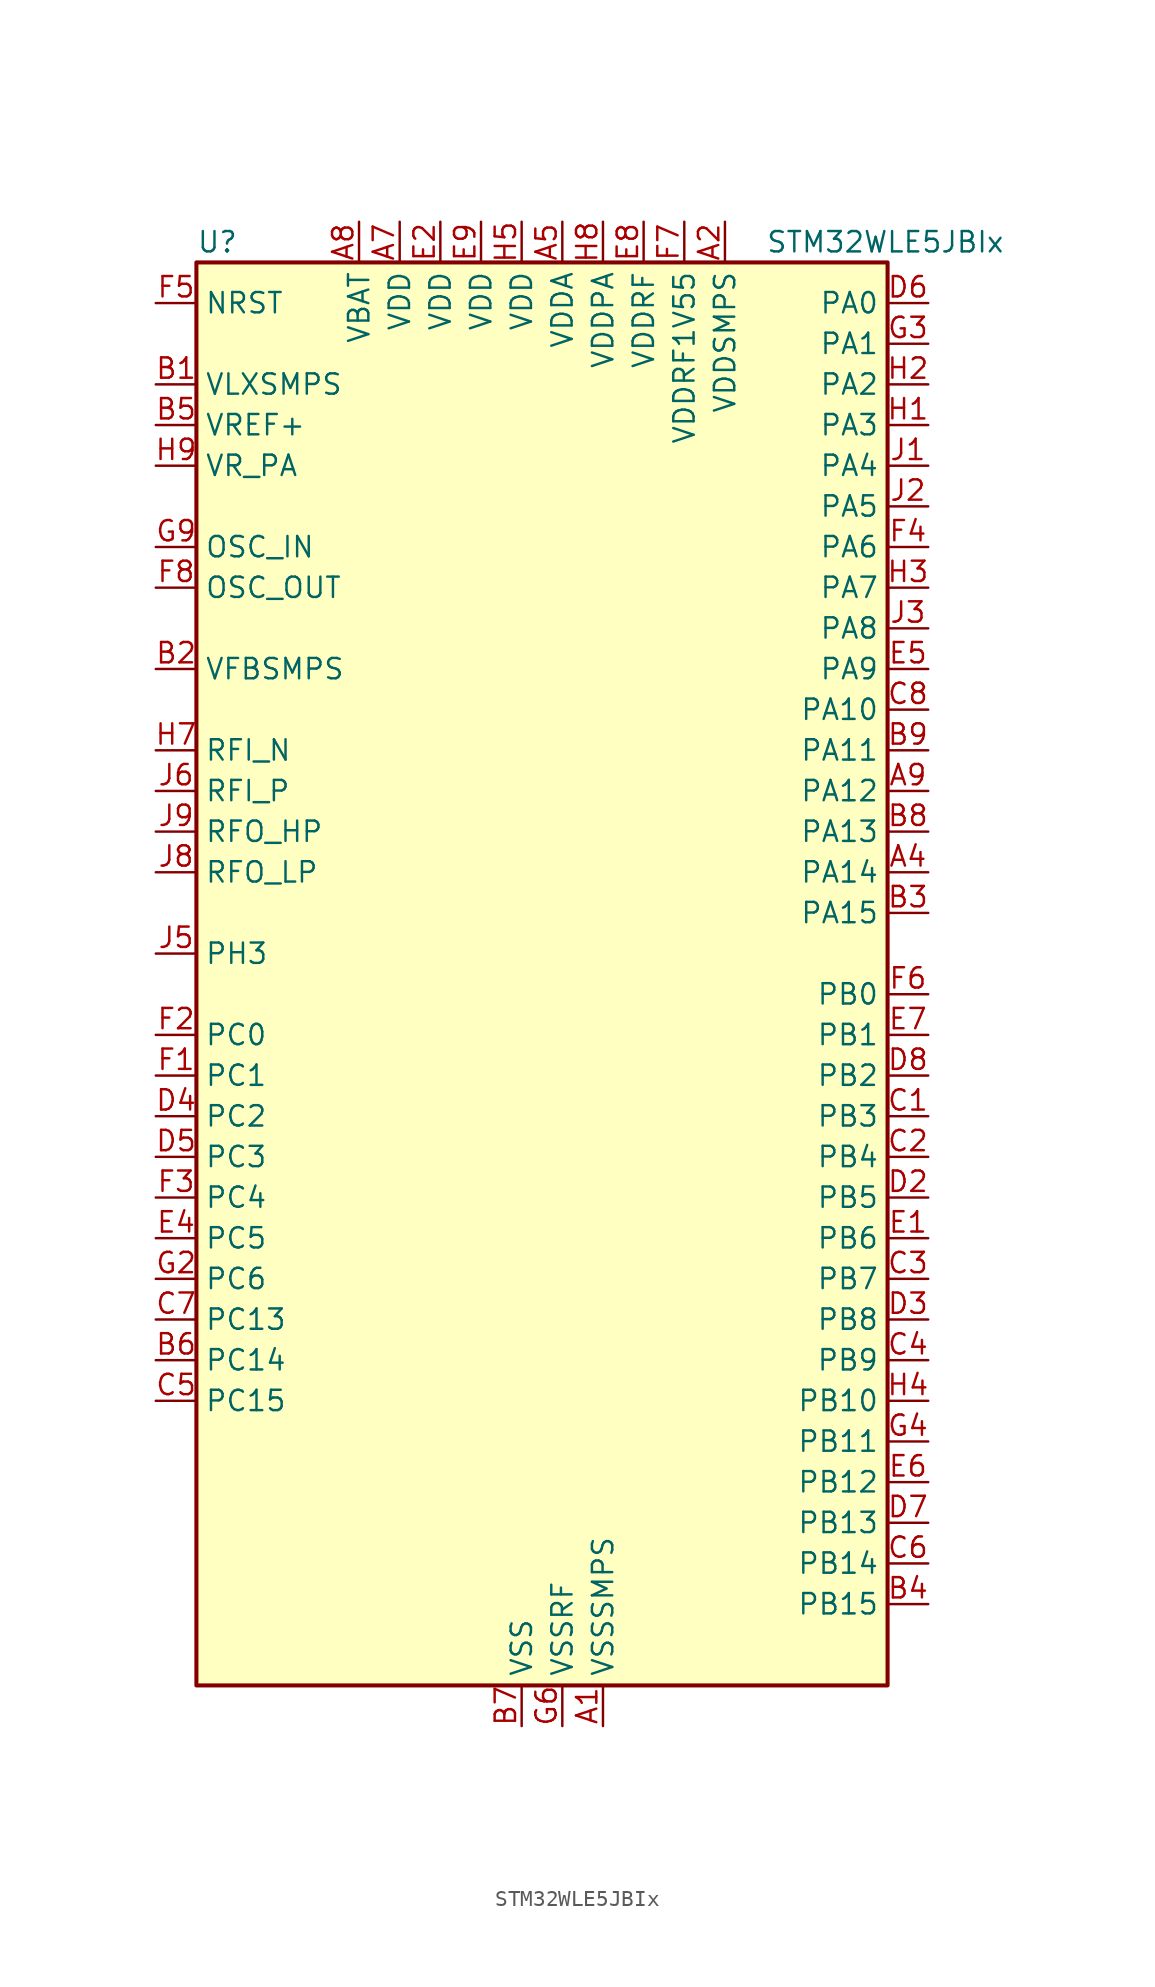
<source format=kicad_sym>
(kicad_symbol_lib
  (version 20220914)
  (generator kicad_symbol_editor)
  (symbol "STM32WLE5JBIx"
    (property "Reference" "U"
      (at -20.32 46.99 0)
      (effects (font (size 1.27 1.27)) (justify left)))
    (property "Value" "STM32WLE5JBIx"
      (at 15.24 46.99 0)
      (effects (font (size 1.27 1.27)) (justify left)))
    (property "ki_locked" ""
      (at 0 0 0)
      (effects (font (size 1.27 1.27))))
    (symbol "STM32WLE5JBIx_0_1"
      (rectangle (start -20.32 -43.18) (end 22.86 45.72) (stroke (width 0.254) (type default)) (fill (type background))))
    (symbol "STM32WLE5JBIx_1_1"
      (pin power_in line (at 5.08 -45.72 90) (length 2.54) (name "VSSSMPS" (effects (font (size 1.27 1.27)))) (number "A1" (effects (font (size 1.27 1.27)))))
      (pin power_in line (at 12.7 48.26 270) (length 2.54) (name "VDDSMPS" (effects (font (size 1.27 1.27)))) (number "A2" (effects (font (size 1.27 1.27)))))
      (pin bidirectional line (at 25.4 7.62 180) (length 2.54) (name "PA14" (effects (font (size 1.27 1.27)))) (number "A4" (effects (font (size 1.27 1.27)))) (alternate "ADC_IN10" bidirectional line) (alternate "DEBUG_JTCK-SWCLK" bidirectional line) (alternate "I2C1_SMBA" bidirectional line) (alternate "LPTIM1_OUT" bidirectional line))
      (pin power_in line (at 2.54 48.26 270) (length 2.54) (name "VDDA" (effects (font (size 1.27 1.27)))) (number "A5" (effects (font (size 1.27 1.27)))))
      (pin power_in line (at -7.62 48.26 270) (length 2.54) (name "VDD" (effects (font (size 1.27 1.27)))) (number "A7" (effects (font (size 1.27 1.27)))))
      (pin power_in line (at -10.16 48.26 270) (length 2.54) (name "VBAT" (effects (font (size 1.27 1.27)))) (number "A8" (effects (font (size 1.27 1.27)))))
      (pin bidirectional line (at 25.4 12.7 180) (length 2.54) (name "PA12" (effects (font (size 1.27 1.27)))) (number "A9" (effects (font (size 1.27 1.27)))) (alternate "ADC_IN8" bidirectional line) (alternate "DEBUG_RF-BUSY" bidirectional line) (alternate "I2C2_SCL" bidirectional line) (alternate "LPTIM3_IN1" bidirectional line) (alternate "SPI1_MOSI" bidirectional line) (alternate "TIM1_ETR" bidirectional line) (alternate "USART1_DE" bidirectional line) (alternate "USART1_RTS" bidirectional line))
      (pin power_in line (at -22.86 38.1 0) (length 2.54) (name "VLXSMPS" (effects (font (size 1.27 1.27)))) (number "B1" (effects (font (size 1.27 1.27)))))
      (pin input line (at -22.86 20.32 0) (length 2.54) (name "VFBSMPS" (effects (font (size 1.27 1.27)))) (number "B2" (effects (font (size 1.27 1.27)))))
      (pin bidirectional line (at 25.4 5.08 180) (length 2.54) (name "PA15" (effects (font (size 1.27 1.27)))) (number "B3" (effects (font (size 1.27 1.27)))) (alternate "ADC_IN11" bidirectional line) (alternate "COMP1_INM" bidirectional line) (alternate "COMP2_INP" bidirectional line) (alternate "DEBUG_JTDI" bidirectional line) (alternate "I2C2_SDA" bidirectional line) (alternate "SPI1_NSS" bidirectional line) (alternate "TIM2_CH1" bidirectional line) (alternate "TIM2_ETR" bidirectional line))
      (pin bidirectional line (at 25.4 -38.1 180) (length 2.54) (name "PB15" (effects (font (size 1.27 1.27)))) (number "B4" (effects (font (size 1.27 1.27)))) (alternate "I2C2_SCL" bidirectional line) (alternate "I2S2_SD" bidirectional line) (alternate "SPI2_MOSI" bidirectional line) (alternate "TIM1_CH3N" bidirectional line))
      (pin input line (at -22.86 35.56 0) (length 2.54) (name "VREF+" (effects (font (size 1.27 1.27)))) (number "B5" (effects (font (size 1.27 1.27)))) (alternate "VREFBUF_OUT" bidirectional line))
      (pin bidirectional line (at -22.86 -22.86 0) (length 2.54) (name "PC14" (effects (font (size 1.27 1.27)))) (number "B6" (effects (font (size 1.27 1.27)))) (alternate "RCC_OSC32_IN" bidirectional line))
      (pin power_in line (at 0 -45.72 90) (length 2.54) (name "VSS" (effects (font (size 1.27 1.27)))) (number "B7" (effects (font (size 1.27 1.27)))))
      (pin bidirectional line (at 25.4 10.16 180) (length 2.54) (name "PA13" (effects (font (size 1.27 1.27)))) (number "B8" (effects (font (size 1.27 1.27)))) (alternate "ADC_IN9" bidirectional line) (alternate "DEBUG_JTMS-SWDIO" bidirectional line) (alternate "I2C2_SMBA" bidirectional line) (alternate "IR_OUT" bidirectional line))
      (pin bidirectional line (at 25.4 15.24 180) (length 2.54) (name "PA11" (effects (font (size 1.27 1.27)))) (number "B9" (effects (font (size 1.27 1.27)))) (alternate "ADC_EXTI11" bidirectional line) (alternate "ADC_IN7" bidirectional line) (alternate "COMP1_INM" bidirectional line) (alternate "COMP2_INM" bidirectional line) (alternate "DEBUG_RF-NRESET" bidirectional line) (alternate "I2C2_SDA" bidirectional line) (alternate "LPTIM3_ETR" bidirectional line) (alternate "SPI1_MISO" bidirectional line) (alternate "TIM1_BKIN2" bidirectional line) (alternate "TIM1_CH4" bidirectional line) (alternate "USART1_CTS" bidirectional line) (alternate "USART1_NSS" bidirectional line))
      (pin bidirectional line (at 25.4 -7.62 180) (length 2.54) (name "PB3" (effects (font (size 1.27 1.27)))) (number "C1" (effects (font (size 1.27 1.27)))) (alternate "ADC_IN2" bidirectional line) (alternate "COMP1_INM" bidirectional line) (alternate "COMP2_INM" bidirectional line) (alternate "DEBUG_JTDO-SWO" bidirectional line) (alternate "DEBUG_RF-DTB1" bidirectional line) (alternate "PWR_WKUP3" bidirectional line) (alternate "RTC_TAMP_IN3" bidirectional line) (alternate "SPI1_SCK" bidirectional line) (alternate "TIM2_CH2" bidirectional line) (alternate "USART1_DE" bidirectional line) (alternate "USART1_RTS" bidirectional line))
      (pin bidirectional line (at 25.4 -10.16 180) (length 2.54) (name "PB4" (effects (font (size 1.27 1.27)))) (number "C2" (effects (font (size 1.27 1.27)))) (alternate "ADC_IN3" bidirectional line) (alternate "COMP1_INP" bidirectional line) (alternate "COMP2_INP" bidirectional line) (alternate "DEBUG_JTRST" bidirectional line) (alternate "DEBUG_RF-LDORDY" bidirectional line) (alternate "I2C3_SDA" bidirectional line) (alternate "SPI1_MISO" bidirectional line) (alternate "TIM17_BKIN" bidirectional line) (alternate "USART1_CTS" bidirectional line) (alternate "USART1_NSS" bidirectional line))
      (pin bidirectional line (at 25.4 -17.78 180) (length 2.54) (name "PB7" (effects (font (size 1.27 1.27)))) (number "C3" (effects (font (size 1.27 1.27)))) (alternate "I2C1_SDA" bidirectional line) (alternate "LPTIM1_IN2" bidirectional line) (alternate "PWR_PVD_IN" bidirectional line) (alternate "TIM17_CH1N" bidirectional line) (alternate "TIM1_BKIN" bidirectional line) (alternate "USART1_RX" bidirectional line))
      (pin bidirectional line (at 25.4 -22.86 180) (length 2.54) (name "PB9" (effects (font (size 1.27 1.27)))) (number "C4" (effects (font (size 1.27 1.27)))) (alternate "DAC_EXTI9" bidirectional line) (alternate "I2C1_SDA" bidirectional line) (alternate "I2S2_WS" bidirectional line) (alternate "IR_OUT" bidirectional line) (alternate "SPI2_NSS" bidirectional line) (alternate "TIM17_CH1" bidirectional line) (alternate "TIM1_CH3N" bidirectional line))
      (pin bidirectional line (at -22.86 -25.4 0) (length 2.54) (name "PC15" (effects (font (size 1.27 1.27)))) (number "C5" (effects (font (size 1.27 1.27)))) (alternate "RCC_OSC32_OUT" bidirectional line))
      (pin bidirectional line (at 25.4 -35.56 180) (length 2.54) (name "PB14" (effects (font (size 1.27 1.27)))) (number "C6" (effects (font (size 1.27 1.27)))) (alternate "ADC_IN1" bidirectional line) (alternate "I2C3_SDA" bidirectional line) (alternate "I2S2_MCK" bidirectional line) (alternate "SPI2_MISO" bidirectional line) (alternate "TIM1_CH2N" bidirectional line))
      (pin bidirectional line (at -22.86 -20.32 0) (length 2.54) (name "PC13" (effects (font (size 1.27 1.27)))) (number "C7" (effects (font (size 1.27 1.27)))) (alternate "PWR_WKUP2" bidirectional line) (alternate "RTC_OUT1" bidirectional line) (alternate "RTC_TAMP_IN1" bidirectional line) (alternate "RTC_TS" bidirectional line))
      (pin bidirectional line (at 25.4 17.78 180) (length 2.54) (name "PA10" (effects (font (size 1.27 1.27)))) (number "C8" (effects (font (size 1.27 1.27)))) (alternate "ADC_IN6" bidirectional line) (alternate "COMP1_INM" bidirectional line) (alternate "COMP2_INM" bidirectional line) (alternate "DAC_OUT1" bidirectional line) (alternate "DEBUG_RF-HSE32RDY" bidirectional line) (alternate "I2C1_SDA" bidirectional line) (alternate "I2S2_SD" bidirectional line) (alternate "RTC_REFIN" bidirectional line) (alternate "SPI2_MOSI" bidirectional line) (alternate "TIM17_BKIN" bidirectional line) (alternate "TIM1_CH3" bidirectional line) (alternate "USART1_RX" bidirectional line))
      (pin bidirectional line (at 25.4 -12.7 180) (length 2.54) (name "PB5" (effects (font (size 1.27 1.27)))) (number "D2" (effects (font (size 1.27 1.27)))) (alternate "COMP2_OUT" bidirectional line) (alternate "I2C1_SMBA" bidirectional line) (alternate "LPTIM1_IN1" bidirectional line) (alternate "SPI1_MOSI" bidirectional line) (alternate "TIM16_BKIN" bidirectional line) (alternate "USART1_CK" bidirectional line))
      (pin bidirectional line (at 25.4 -20.32 180) (length 2.54) (name "PB8" (effects (font (size 1.27 1.27)))) (number "D3" (effects (font (size 1.27 1.27)))) (alternate "I2C1_SCL" bidirectional line) (alternate "TIM16_CH1" bidirectional line) (alternate "TIM1_CH2N" bidirectional line))
      (pin bidirectional line (at -22.86 -7.62 0) (length 2.54) (name "PC2" (effects (font (size 1.27 1.27)))) (number "D4" (effects (font (size 1.27 1.27)))) (alternate "LPTIM1_IN2" bidirectional line) (alternate "SPI2_MISO" bidirectional line))
      (pin bidirectional line (at -22.86 -10.16 0) (length 2.54) (name "PC3" (effects (font (size 1.27 1.27)))) (number "D5" (effects (font (size 1.27 1.27)))) (alternate "I2S2_SD" bidirectional line) (alternate "LPTIM1_ETR" bidirectional line) (alternate "LPTIM2_ETR" bidirectional line) (alternate "SPI2_MOSI" bidirectional line))
      (pin bidirectional line (at 25.4 43.18 180) (length 2.54) (name "PA0" (effects (font (size 1.27 1.27)))) (number "D6" (effects (font (size 1.27 1.27)))) (alternate "COMP1_OUT" bidirectional line) (alternate "DEBUG_PWR-REGLP1S" bidirectional line) (alternate "I2C3_SMBA" bidirectional line) (alternate "I2S_CKIN" bidirectional line) (alternate "PWR_WKUP1" bidirectional line) (alternate "RTC_TAMP_IN2" bidirectional line) (alternate "TIM2_CH1" bidirectional line) (alternate "TIM2_ETR" bidirectional line) (alternate "USART2_CTS" bidirectional line) (alternate "USART2_NSS" bidirectional line))
      (pin bidirectional line (at 25.4 -33.02 180) (length 2.54) (name "PB13" (effects (font (size 1.27 1.27)))) (number "D7" (effects (font (size 1.27 1.27)))) (alternate "ADC_IN0" bidirectional line) (alternate "I2C3_SCL" bidirectional line) (alternate "I2S2_CK" bidirectional line) (alternate "LPUART1_CTS" bidirectional line) (alternate "SPI2_SCK" bidirectional line) (alternate "TIM1_CH1N" bidirectional line))
      (pin bidirectional line (at 25.4 -5.08 180) (length 2.54) (name "PB2" (effects (font (size 1.27 1.27)))) (number "D8" (effects (font (size 1.27 1.27)))) (alternate "ADC_IN4" bidirectional line) (alternate "COMP1_INP" bidirectional line) (alternate "COMP2_INM" bidirectional line) (alternate "DEBUG_RF-SMPSRDY" bidirectional line) (alternate "I2C3_SMBA" bidirectional line) (alternate "LPTIM1_OUT" bidirectional line) (alternate "SPI1_NSS" bidirectional line))
      (pin passive line (at 0 -45.72 90) (length 2.54) hide (name "VSS" (effects (font (size 1.27 1.27)))) (number "D9" (effects (font (size 1.27 1.27)))))
      (pin bidirectional line (at 25.4 -15.24 180) (length 2.54) (name "PB6" (effects (font (size 1.27 1.27)))) (number "E1" (effects (font (size 1.27 1.27)))) (alternate "I2C1_SCL" bidirectional line) (alternate "LPTIM1_ETR" bidirectional line) (alternate "TIM16_CH1N" bidirectional line) (alternate "USART1_TX" bidirectional line))
      (pin power_in line (at -5.08 48.26 270) (length 2.54) (name "VDD" (effects (font (size 1.27 1.27)))) (number "E2" (effects (font (size 1.27 1.27)))))
      (pin passive line (at 0 -45.72 90) (length 2.54) hide (name "VSS" (effects (font (size 1.27 1.27)))) (number "E3" (effects (font (size 1.27 1.27)))))
      (pin bidirectional line (at -22.86 -15.24 0) (length 2.54) (name "PC5" (effects (font (size 1.27 1.27)))) (number "E4" (effects (font (size 1.27 1.27)))))
      (pin bidirectional line (at 25.4 20.32 180) (length 2.54) (name "PA9" (effects (font (size 1.27 1.27)))) (number "E5" (effects (font (size 1.27 1.27)))) (alternate "DAC_EXTI9" bidirectional line) (alternate "I2C1_SCL" bidirectional line) (alternate "I2S2_CK" bidirectional line) (alternate "I2S2_WS" bidirectional line) (alternate "SPI2_NSS" bidirectional line) (alternate "SPI2_SCK" bidirectional line) (alternate "TIM1_CH2" bidirectional line) (alternate "USART1_TX" bidirectional line))
      (pin bidirectional line (at 25.4 -30.48 180) (length 2.54) (name "PB12" (effects (font (size 1.27 1.27)))) (number "E6" (effects (font (size 1.27 1.27)))) (alternate "I2C3_SMBA" bidirectional line) (alternate "I2S2_WS" bidirectional line) (alternate "LPUART1_RTS" bidirectional line) (alternate "SPI2_NSS" bidirectional line) (alternate "TIM1_BKIN" bidirectional line))
      (pin bidirectional line (at 25.4 -2.54 180) (length 2.54) (name "PB1" (effects (font (size 1.27 1.27)))) (number "E7" (effects (font (size 1.27 1.27)))) (alternate "ADC_IN5" bidirectional line) (alternate "COMP2_INP" bidirectional line) (alternate "LPTIM2_IN1" bidirectional line) (alternate "LPUART1_DE" bidirectional line) (alternate "LPUART1_RTS" bidirectional line))
      (pin power_in line (at 7.62 48.26 270) (length 2.54) (name "VDDRF" (effects (font (size 1.27 1.27)))) (number "E8" (effects (font (size 1.27 1.27)))))
      (pin power_in line (at -2.54 48.26 270) (length 2.54) (name "VDD" (effects (font (size 1.27 1.27)))) (number "E9" (effects (font (size 1.27 1.27)))))
      (pin bidirectional line (at -22.86 -5.08 0) (length 2.54) (name "PC1" (effects (font (size 1.27 1.27)))) (number "F1" (effects (font (size 1.27 1.27)))) (alternate "I2C3_SDA" bidirectional line) (alternate "I2S2_SD" bidirectional line) (alternate "LPTIM1_OUT" bidirectional line) (alternate "LPUART1_TX" bidirectional line) (alternate "SPI2_MOSI" bidirectional line))
      (pin bidirectional line (at -22.86 -2.54 0) (length 2.54) (name "PC0" (effects (font (size 1.27 1.27)))) (number "F2" (effects (font (size 1.27 1.27)))) (alternate "I2C3_SCL" bidirectional line) (alternate "LPTIM1_IN1" bidirectional line) (alternate "LPTIM2_IN1" bidirectional line) (alternate "LPUART1_RX" bidirectional line))
      (pin bidirectional line (at -22.86 -12.7 0) (length 2.54) (name "PC4" (effects (font (size 1.27 1.27)))) (number "F3" (effects (font (size 1.27 1.27)))))
      (pin bidirectional line (at 25.4 27.94 180) (length 2.54) (name "PA6" (effects (font (size 1.27 1.27)))) (number "F4" (effects (font (size 1.27 1.27)))) (alternate "DEBUG_SUBGHZSPI-MISOOUT" bidirectional line) (alternate "I2C2_SMBA" bidirectional line) (alternate "LPUART1_CTS" bidirectional line) (alternate "SPI1_MISO" bidirectional line) (alternate "TIM16_CH1" bidirectional line) (alternate "TIM1_BKIN" bidirectional line))
      (pin input line (at -22.86 43.18 0) (length 2.54) (name "NRST" (effects (font (size 1.27 1.27)))) (number "F5" (effects (font (size 1.27 1.27)))))
      (pin bidirectional line (at 25.4 0 180) (length 2.54) (name "PB0" (effects (font (size 1.27 1.27)))) (number "F6" (effects (font (size 1.27 1.27)))) (alternate "COMP1_OUT" bidirectional line) (alternate "VDDTCXO" bidirectional line))
      (pin power_in line (at 10.16 48.26 270) (length 2.54) (name "VDDRF1V55" (effects (font (size 1.27 1.27)))) (number "F7" (effects (font (size 1.27 1.27)))))
      (pin input line (at -22.86 25.4 0) (length 2.54) (name "OSC_OUT" (effects (font (size 1.27 1.27)))) (number "F8" (effects (font (size 1.27 1.27)))) (alternate "RCC_OSC_OUT" bidirectional line))
      (pin bidirectional line (at -22.86 -17.78 0) (length 2.54) (name "PC6" (effects (font (size 1.27 1.27)))) (number "G2" (effects (font (size 1.27 1.27)))) (alternate "I2S2_MCK" bidirectional line))
      (pin bidirectional line (at 25.4 40.64 180) (length 2.54) (name "PA1" (effects (font (size 1.27 1.27)))) (number "G3" (effects (font (size 1.27 1.27)))) (alternate "DEBUG_PWR-REGLP2S" bidirectional line) (alternate "I2C1_SMBA" bidirectional line) (alternate "LPTIM3_OUT" bidirectional line) (alternate "LPUART1_RTS" bidirectional line) (alternate "SPI1_SCK" bidirectional line) (alternate "TIM2_CH2" bidirectional line) (alternate "USART2_DE" bidirectional line) (alternate "USART2_RTS" bidirectional line))
      (pin bidirectional line (at 25.4 -27.94 180) (length 2.54) (name "PB11" (effects (font (size 1.27 1.27)))) (number "G4" (effects (font (size 1.27 1.27)))) (alternate "ADC_EXTI11" bidirectional line) (alternate "COMP2_OUT" bidirectional line) (alternate "I2C3_SDA" bidirectional line) (alternate "LPUART1_TX" bidirectional line) (alternate "TIM2_CH4" bidirectional line))
      (pin passive line (at 0 -45.72 90) (length 2.54) hide (name "VSS" (effects (font (size 1.27 1.27)))) (number "G5" (effects (font (size 1.27 1.27)))))
      (pin power_in line (at 2.54 -45.72 90) (length 2.54) (name "VSSRF" (effects (font (size 1.27 1.27)))) (number "G6" (effects (font (size 1.27 1.27)))))
      (pin passive line (at 2.54 -45.72 90) (length 2.54) hide (name "VSSRF" (effects (font (size 1.27 1.27)))) (number "G7" (effects (font (size 1.27 1.27)))))
      (pin passive line (at 2.54 -45.72 90) (length 2.54) hide (name "VSSRF" (effects (font (size 1.27 1.27)))) (number "G8" (effects (font (size 1.27 1.27)))))
      (pin input line (at -22.86 27.94 0) (length 2.54) (name "OSC_IN" (effects (font (size 1.27 1.27)))) (number "G9" (effects (font (size 1.27 1.27)))) (alternate "RCC_OSC_IN" bidirectional line))
      (pin bidirectional line (at 25.4 35.56 180) (length 2.54) (name "PA3" (effects (font (size 1.27 1.27)))) (number "H1" (effects (font (size 1.27 1.27)))) (alternate "I2S2_MCK" bidirectional line) (alternate "LPUART1_RX" bidirectional line) (alternate "TIM2_CH4" bidirectional line) (alternate "USART2_RX" bidirectional line))
      (pin bidirectional line (at 25.4 38.1 180) (length 2.54) (name "PA2" (effects (font (size 1.27 1.27)))) (number "H2" (effects (font (size 1.27 1.27)))) (alternate "COMP2_OUT" bidirectional line) (alternate "DEBUG_PWR-LDORDY" bidirectional line) (alternate "LPUART1_TX" bidirectional line) (alternate "RCC_LSCO" bidirectional line) (alternate "TIM2_CH3" bidirectional line) (alternate "USART2_TX" bidirectional line))
      (pin bidirectional line (at 25.4 25.4 180) (length 2.54) (name "PA7" (effects (font (size 1.27 1.27)))) (number "H3" (effects (font (size 1.27 1.27)))) (alternate "COMP2_OUT" bidirectional line) (alternate "DEBUG_SUBGHZSPI-MOSIOUT" bidirectional line) (alternate "I2C3_SCL" bidirectional line) (alternate "SPI1_MOSI" bidirectional line) (alternate "TIM17_CH1" bidirectional line) (alternate "TIM1_CH1N" bidirectional line))
      (pin bidirectional line (at 25.4 -25.4 180) (length 2.54) (name "PB10" (effects (font (size 1.27 1.27)))) (number "H4" (effects (font (size 1.27 1.27)))) (alternate "COMP1_OUT" bidirectional line) (alternate "I2C3_SCL" bidirectional line) (alternate "I2S2_CK" bidirectional line) (alternate "LPUART1_RX" bidirectional line) (alternate "SPI2_SCK" bidirectional line) (alternate "TIM2_CH3" bidirectional line))
      (pin power_in line (at 0 48.26 270) (length 2.54) (name "VDD" (effects (font (size 1.27 1.27)))) (number "H5" (effects (font (size 1.27 1.27)))))
      (pin passive line (at 2.54 -45.72 90) (length 2.54) hide (name "VSSRF" (effects (font (size 1.27 1.27)))) (number "H6" (effects (font (size 1.27 1.27)))))
      (pin bidirectional line (at -22.86 15.24 0) (length 2.54) (name "RFI_N" (effects (font (size 1.27 1.27)))) (number "H7" (effects (font (size 1.27 1.27)))))
      (pin power_in line (at 5.08 48.26 270) (length 2.54) (name "VDDPA" (effects (font (size 1.27 1.27)))) (number "H8" (effects (font (size 1.27 1.27)))))
      (pin power_in line (at -22.86 33.02 0) (length 2.54) (name "VR_PA" (effects (font (size 1.27 1.27)))) (number "H9" (effects (font (size 1.27 1.27)))))
      (pin bidirectional line (at 25.4 33.02 180) (length 2.54) (name "PA4" (effects (font (size 1.27 1.27)))) (number "J1" (effects (font (size 1.27 1.27)))) (alternate "DEBUG_SUBGHZSPI-NSSOUT" bidirectional line) (alternate "LPTIM1_OUT" bidirectional line) (alternate "LPTIM2_OUT" bidirectional line) (alternate "RTC_OUT2" bidirectional line) (alternate "SPI1_NSS" bidirectional line) (alternate "USART2_CK" bidirectional line))
      (pin bidirectional line (at 25.4 30.48 180) (length 2.54) (name "PA5" (effects (font (size 1.27 1.27)))) (number "J2" (effects (font (size 1.27 1.27)))) (alternate "DEBUG_SUBGHZSPI-SCKOUT" bidirectional line) (alternate "LPTIM2_ETR" bidirectional line) (alternate "SPI1_SCK" bidirectional line) (alternate "SPI2_MISO" bidirectional line) (alternate "TIM2_CH1" bidirectional line) (alternate "TIM2_ETR" bidirectional line))
      (pin bidirectional line (at 25.4 22.86 180) (length 2.54) (name "PA8" (effects (font (size 1.27 1.27)))) (number "J3" (effects (font (size 1.27 1.27)))) (alternate "I2S2_CK" bidirectional line) (alternate "LPTIM2_OUT" bidirectional line) (alternate "RCC_MCO" bidirectional line) (alternate "SPI2_SCK" bidirectional line) (alternate "TIM1_CH1" bidirectional line) (alternate "USART1_CK" bidirectional line))
      (pin bidirectional line (at -22.86 2.54 0) (length 2.54) (name "PH3" (effects (font (size 1.27 1.27)))) (number "J5" (effects (font (size 1.27 1.27)))))
      (pin bidirectional line (at -22.86 12.7 0) (length 2.54) (name "RFI_P" (effects (font (size 1.27 1.27)))) (number "J6" (effects (font (size 1.27 1.27)))))
      (pin bidirectional line (at -22.86 7.62 0) (length 2.54) (name "RFO_LP" (effects (font (size 1.27 1.27)))) (number "J8" (effects (font (size 1.27 1.27)))))
      (pin bidirectional line (at -22.86 10.16 0) (length 2.54) (name "RFO_HP" (effects (font (size 1.27 1.27)))) (number "J9" (effects (font (size 1.27 1.27))))))))
</source>
